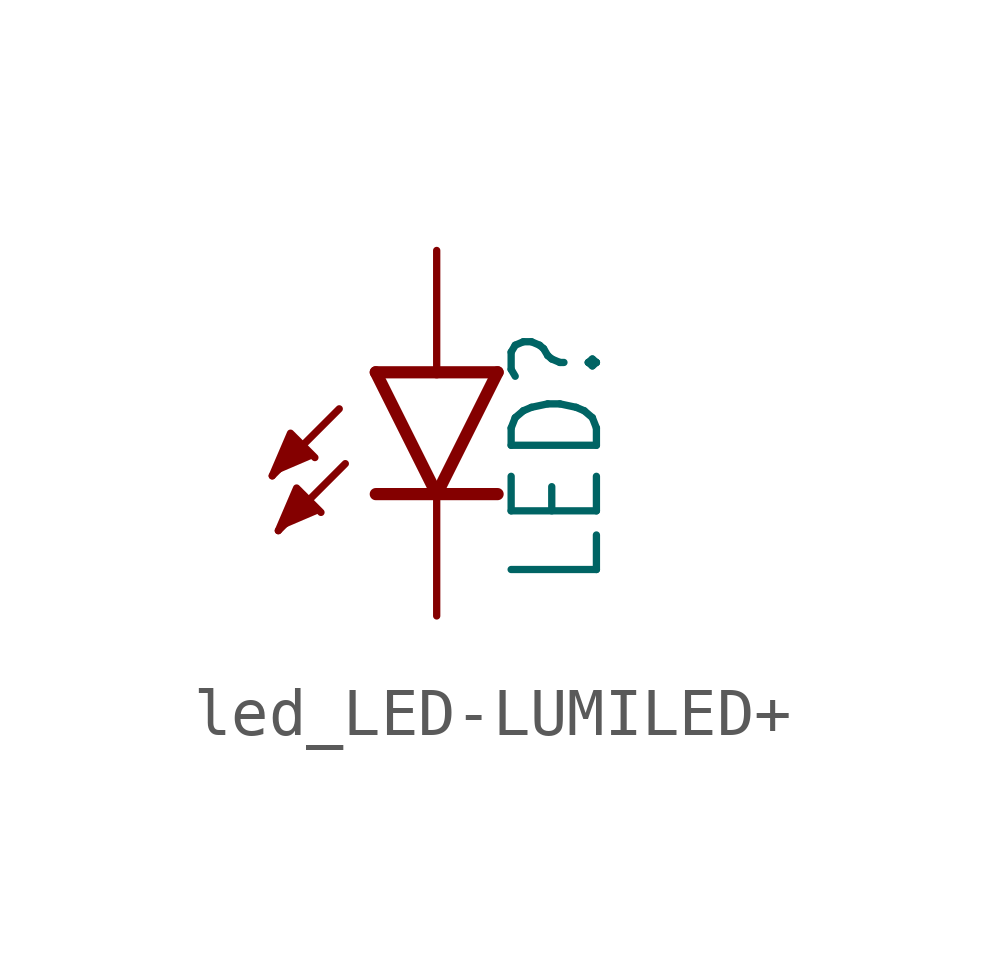
<source format=kicad_sym>
(kicad_symbol_lib
  (version 20241209)
  (generator "kicad_symbol_editor")
  (generator_version "9.0")
  (symbol "led_LED-LUMILED+"
    (property "Reference" "LED"
      (at 3.556 -4.572 90)
      (effects (font (size 1.778 1.511)) (justify left bottom)))
    (property "Value" ""
      (at 5.715 -4.572 90)
      (effects (font (size 1.778 1.511)) (justify left bottom)))
    (property "ki_locked" ""
      (at 0 0 0)
      (effects (font (size 1.27 1.27))))
    (symbol "led_LED-LUMILED+_1_0"
      (polyline (pts (xy -3.429 -2.159) (xy -3.048 -1.27) (xy -2.54 -1.778)) (stroke (width 0.152) (type solid)) (fill (type outline)))
      (polyline (pts (xy -3.302 -3.302) (xy -2.921 -2.413) (xy -2.413 -2.921)) (stroke (width 0.152) (type solid)) (fill (type outline)))
      (polyline (pts (xy -2.032 -0.762) (xy -3.429 -2.159)) (stroke (width 0.152) (type solid)) (fill (type none)))
      (polyline (pts (xy -1.905 -1.905) (xy -3.302 -3.302)) (stroke (width 0.152) (type solid)) (fill (type none)))
      (polyline (pts (xy 0 0) (xy -1.27 0)) (stroke (width 0.254) (type solid)) (fill (type none)))
      (polyline (pts (xy 0 -2.54) (xy -1.27 0)) (stroke (width 0.254) (type solid)) (fill (type none)))
      (polyline (pts (xy 0 -2.54) (xy -1.27 -2.54)) (stroke (width 0.254) (type solid)) (fill (type none)))
      (polyline (pts (xy 1.27 0) (xy 0 0)) (stroke (width 0.254) (type solid)) (fill (type none)))
      (polyline (pts (xy 1.27 0) (xy 0 -2.54)) (stroke (width 0.254) (type solid)) (fill (type none)))
      (polyline (pts (xy 1.27 -2.54) (xy 0 -2.54)) (stroke (width 0.254) (type solid)) (fill (type none)))
      (pin passive line (at 0 2.54 270) (length 2.54) (name "A" (effects (font (size 0 0)))) (number "2+" (effects (font (size 0 0)))))
      (pin passive line (at 0 -5.08 90) (length 2.54) (name "C" (effects (font (size 0 0)))) (number "4-" (effects (font (size 0 0))))))))
</source>
